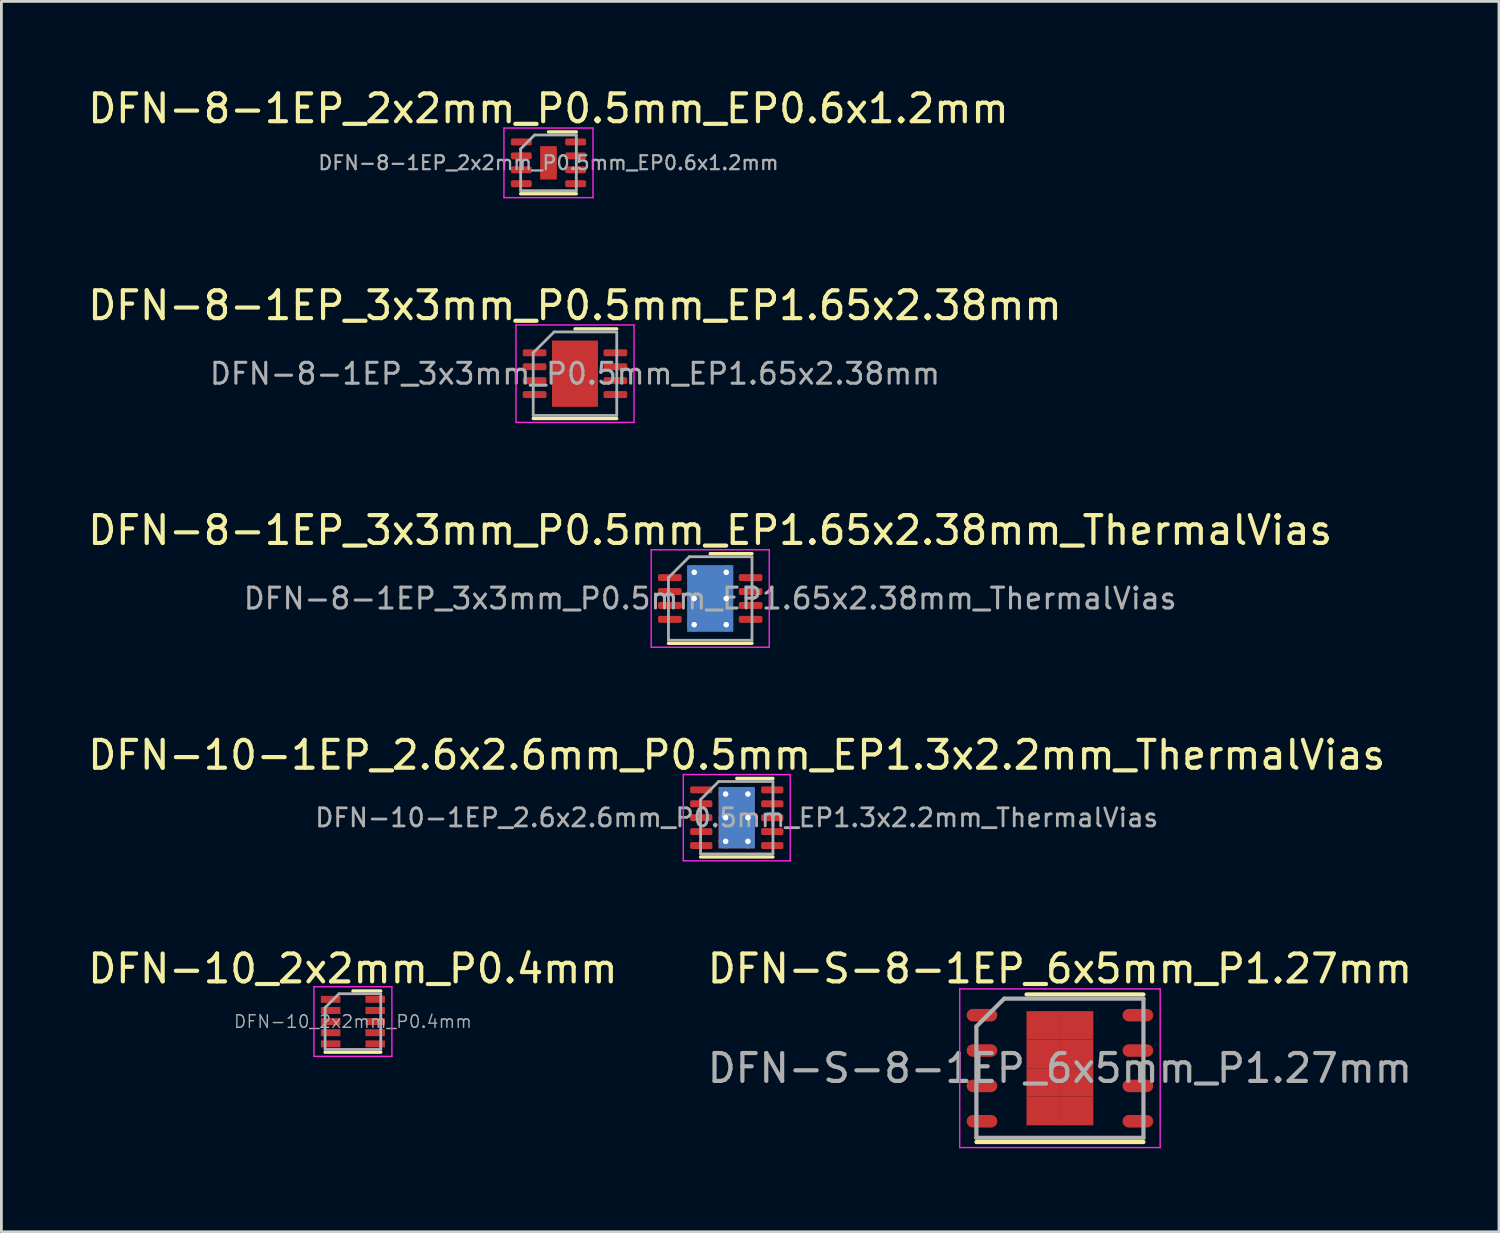
<source format=kicad_pcb>
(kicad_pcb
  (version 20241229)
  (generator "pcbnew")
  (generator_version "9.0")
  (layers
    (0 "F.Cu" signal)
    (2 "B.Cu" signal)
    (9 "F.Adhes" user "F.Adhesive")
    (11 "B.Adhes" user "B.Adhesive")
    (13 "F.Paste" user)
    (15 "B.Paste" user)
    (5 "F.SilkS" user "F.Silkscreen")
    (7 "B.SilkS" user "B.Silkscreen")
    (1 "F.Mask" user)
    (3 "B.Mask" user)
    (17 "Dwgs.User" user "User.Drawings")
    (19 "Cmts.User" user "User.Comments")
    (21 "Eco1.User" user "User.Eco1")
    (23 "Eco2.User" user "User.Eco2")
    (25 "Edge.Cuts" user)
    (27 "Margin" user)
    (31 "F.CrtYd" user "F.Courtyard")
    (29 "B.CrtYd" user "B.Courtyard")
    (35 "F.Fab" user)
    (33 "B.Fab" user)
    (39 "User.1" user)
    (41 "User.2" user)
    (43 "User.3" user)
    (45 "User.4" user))
  (footprint "DFN-S-8-1EP_6x5mm_P1.27mm"
    (layer "F.Cu")
    (at 35.018 35.316)
    (property "Reference" "DFN-S-8-1EP_6x5mm_P1.27mm" (at 0 -3.575 0) (layer "F.SilkS") (effects (font (size 1 1) (thickness 0.15))))
    (attr smd)
    (fp_line (start -3 2.65) (end 3 2.65) (stroke (width 0.15) (type solid)) (layer "F.SilkS"))
    (fp_line (start -1.2 -2.65) (end 3 -2.65) (stroke (width 0.15) (type solid)) (layer "F.SilkS"))
    (fp_line (start -3.6 -2.85) (end -3.6 2.85) (stroke (width 0.05) (type solid)) (layer "F.CrtYd"))
    (fp_line (start -3.6 -2.85) (end 3.6 -2.85) (stroke (width 0.05) (type solid)) (layer "F.CrtYd"))
    (fp_line (start -3.6 2.85) (end 3.6 2.85) (stroke (width 0.05) (type solid)) (layer "F.CrtYd"))
    (fp_line (start 3.6 -2.85) (end 3.6 2.85) (stroke (width 0.05) (type solid)) (layer "F.CrtYd"))
    (fp_line (start -3 -1.5) (end -2 -2.5) (stroke (width 0.15) (type solid)) (layer "F.Fab"))
    (fp_line (start -3 2.5) (end -3 -1.5) (stroke (width 0.15) (type solid)) (layer "F.Fab"))
    (fp_line (start -2 -2.5) (end 3 -2.5) (stroke (width 0.15) (type solid)) (layer "F.Fab"))
    (fp_line (start 3 -2.5) (end 3 2.5) (stroke (width 0.15) (type solid)) (layer "F.Fab"))
    (fp_line (start 3 2.5) (end -3 2.5) (stroke (width 0.15) (type solid)) (layer "F.Fab"))
    (fp_text user "${REFERENCE}" (at 0 0 0) (layer "F.Fab") (effects (font (size 1 1) (thickness 0.15))))
    (pad "1" smd oval (at -2.8 -1.905) (size 1.1 0.45) (layers "F.Cu" "F.Mask" "F.Paste"))
    (pad "2" smd oval (at -2.8 -0.635) (size 1.1 0.45) (layers "F.Cu" "F.Mask" "F.Paste"))
    (pad "3" smd oval (at -2.8 0.635) (size 1.1 0.45) (layers "F.Cu" "F.Mask" "F.Paste"))
    (pad "4" smd oval (at -2.8 1.905) (size 1.1 0.45) (layers "F.Cu" "F.Mask" "F.Paste"))
    (pad "5" smd oval (at 2.8 1.905) (size 1.1 0.45) (layers "F.Cu" "F.Mask" "F.Paste"))
    (pad "6" smd oval (at 2.8 0.635) (size 1.1 0.45) (layers "F.Cu" "F.Mask" "F.Paste"))
    (pad "7" smd oval (at 2.8 -0.635) (size 1.1 0.45) (layers "F.Cu" "F.Mask" "F.Paste"))
    (pad "8" smd oval (at 2.8 -1.905) (size 1.1 0.45) (layers "F.Cu" "F.Mask" "F.Paste"))
    (pad "9" smd rect (at -0.6 -1.538) (size 1.2 1.025) (layers "F.Cu" "F.Mask" "F.Paste"))
    (pad "9" smd rect (at -0.6 -0.512) (size 1.2 1.025) (layers "F.Cu" "F.Mask" "F.Paste"))
    (pad "9" smd rect (at -0.6 0.512) (size 1.2 1.025) (layers "F.Cu" "F.Mask" "F.Paste"))
    (pad "9" smd rect (at -0.6 1.538) (size 1.2 1.025) (layers "F.Cu" "F.Mask" "F.Paste"))
    (pad "9" smd rect (at 0.6 -1.538) (size 1.2 1.025) (layers "F.Cu" "F.Mask" "F.Paste"))
    (pad "9" smd rect (at 0.6 -0.512) (size 1.2 1.025) (layers "F.Cu" "F.Mask" "F.Paste"))
    (pad "9" smd rect (at 0.6 0.512) (size 1.2 1.025) (layers "F.Cu" "F.Mask" "F.Paste"))
    (pad "9" smd rect (at 0.6 1.538) (size 1.2 1.025) (layers "F.Cu" "F.Mask" "F.Paste")))
  (footprint "DFN-10_2x2mm_P0.4mm"
    (layer "F.Cu")
    (at 9.625 33.641)
    (property "Reference" "DFN-10_2x2mm_P0.4mm" (at 0 -1.9 0) (layer "F.SilkS") (effects (font (size 1 1) (thickness 0.15))))
    (attr smd)
    (fp_line (start 1 -1.1) (end 0 -1.1) (stroke (width 0.12) (type solid)) (layer "F.SilkS"))
    (fp_line (start 1 1.1) (end -1 1.1) (stroke (width 0.12) (type solid)) (layer "F.SilkS"))
    (fp_line (start -1.4 1.25) (end -1.4 -1.25) (stroke (width 0.05) (type solid)) (layer "F.CrtYd"))
    (fp_line (start -1.4 1.25) (end 1.4 1.25) (stroke (width 0.05) (type solid)) (layer "F.CrtYd"))
    (fp_line (start 1.4 -1.25) (end -1.4 -1.25) (stroke (width 0.05) (type solid)) (layer "F.CrtYd"))
    (fp_line (start 1.4 -1.25) (end 1.4 1.25) (stroke (width 0.05) (type solid)) (layer "F.CrtYd"))
    (fp_line (start -1 -0.5) (end -1 1) (stroke (width 0.1) (type solid)) (layer "F.Fab"))
    (fp_line (start -0.5 -1) (end -1 -0.5) (stroke (width 0.1) (type solid)) (layer "F.Fab"))
    (fp_line (start 1 -1) (end -0.5 -1) (stroke (width 0.1) (type solid)) (layer "F.Fab"))
    (fp_line (start 1 1) (end -1 1) (stroke (width 0.1) (type solid)) (layer "F.Fab"))
    (fp_line (start 1 1) (end 1 -1) (stroke (width 0.1) (type solid)) (layer "F.Fab"))
    (fp_text user "${REFERENCE}" (at 0 0 0) (layer "F.Fab") (effects (font (size 0.45 0.45) (thickness 0.05))))
    (pad "1" smd rect (at -0.8 -0.8) (size 0.7 0.25) (layers "F.Cu" "F.Mask" "F.Paste"))
    (pad "2" smd rect (at -0.8 -0.4) (size 0.7 0.25) (layers "F.Cu" "F.Mask" "F.Paste"))
    (pad "3" smd rect (at -0.8 0) (size 0.7 0.25) (layers "F.Cu" "F.Mask" "F.Paste"))
    (pad "4" smd rect (at -0.8 0.4) (size 0.7 0.25) (layers "F.Cu" "F.Mask" "F.Paste"))
    (pad "5" smd rect (at -0.8 0.8) (size 0.7 0.25) (layers "F.Cu" "F.Mask" "F.Paste"))
    (pad "6" smd rect (at 0.8 0.8) (size 0.7 0.25) (layers "F.Cu" "F.Mask" "F.Paste"))
    (pad "7" smd rect (at 0.8 0.4) (size 0.7 0.25) (layers "F.Cu" "F.Mask" "F.Paste"))
    (pad "8" smd rect (at 0.8 0) (size 0.7 0.25) (layers "F.Cu" "F.Mask" "F.Paste"))
    (pad "9" smd rect (at 0.8 -0.4) (size 0.7 0.25) (layers "F.Cu" "F.Mask" "F.Paste"))
    (pad "10" smd rect (at 0.8 -0.8) (size 0.7 0.25) (layers "F.Cu" "F.Mask" "F.Paste")))
  (footprint "DFN-10-1EP_2.6x2.6mm_P0.5mm_EP1.3x2.2mm_ThermalVias"
    (layer "F.Cu")
    (at 23.411 26.318)
    (property "Reference" "DFN-10-1EP_2.6x2.6mm_P0.5mm_EP1.3x2.2mm_ThermalVias" (at 0 -2.25 0) (layer "F.SilkS") (effects (font (size 1 1) (thickness 0.15))))
    (attr smd)
    (fp_line (start -1.3 1.41) (end 1.3 1.41) (stroke (width 0.12) (type solid)) (layer "F.SilkS"))
    (fp_line (start 0 -1.41) (end 1.3 -1.41) (stroke (width 0.12) (type solid)) (layer "F.SilkS"))
    (fp_line (start -1.92 -1.55) (end -1.92 1.55) (stroke (width 0.05) (type solid)) (layer "F.CrtYd"))
    (fp_line (start -1.92 1.55) (end 1.92 1.55) (stroke (width 0.05) (type solid)) (layer "F.CrtYd"))
    (fp_line (start 1.92 -1.55) (end -1.92 -1.55) (stroke (width 0.05) (type solid)) (layer "F.CrtYd"))
    (fp_line (start 1.92 1.55) (end 1.92 -1.55) (stroke (width 0.05) (type solid)) (layer "F.CrtYd"))
    (fp_line (start -1.3 -0.65) (end -0.65 -1.3) (stroke (width 0.1) (type solid)) (layer "F.Fab"))
    (fp_line (start -1.3 1.3) (end -1.3 -0.65) (stroke (width 0.1) (type solid)) (layer "F.Fab"))
    (fp_line (start -0.65 -1.3) (end 1.3 -1.3) (stroke (width 0.1) (type solid)) (layer "F.Fab"))
    (fp_line (start 1.3 -1.3) (end 1.3 1.3) (stroke (width 0.1) (type solid)) (layer "F.Fab"))
    (fp_line (start 1.3 1.3) (end -1.3 1.3) (stroke (width 0.1) (type solid)) (layer "F.Fab"))
    (fp_text user "${REFERENCE}" (at 0 0 0) (layer "F.Fab") (effects (font (size 0.65 0.65) (thickness 0.1))))
    (pad "" smd roundrect (at -0.325 -0.55) (size 0.52 0.89) (layers "F.Paste") (roundrect_rratio 0.25))
    (pad "" smd roundrect (at -0.325 0.55) (size 0.52 0.89) (layers "F.Paste") (roundrect_rratio 0.25))
    (pad "" smd roundrect (at 0.325 -0.55) (size 0.52 0.89) (layers "F.Paste") (roundrect_rratio 0.25))
    (pad "" smd roundrect (at 0.325 0.55) (size 0.52 0.89) (layers "F.Paste") (roundrect_rratio 0.25))
    (pad "1" smd roundrect (at -1.275 -1) (size 0.8 0.25) (layers "F.Cu" "F.Mask" "F.Paste") (roundrect_rratio 0.25))
    (pad "2" smd roundrect (at -1.275 -0.5) (size 0.8 0.25) (layers "F.Cu" "F.Mask" "F.Paste") (roundrect_rratio 0.25))
    (pad "3" smd roundrect (at -1.275 0) (size 0.8 0.25) (layers "F.Cu" "F.Mask" "F.Paste") (roundrect_rratio 0.25))
    (pad "4" smd roundrect (at -1.275 0.5) (size 0.8 0.25) (layers "F.Cu" "F.Mask" "F.Paste") (roundrect_rratio 0.25))
    (pad "5" smd roundrect (at -1.275 1) (size 0.8 0.25) (layers "F.Cu" "F.Mask" "F.Paste") (roundrect_rratio 0.25))
    (pad "6" smd roundrect (at 1.275 1) (size 0.8 0.25) (layers "F.Cu" "F.Mask" "F.Paste") (roundrect_rratio 0.25))
    (pad "7" smd roundrect (at 1.275 0.5) (size 0.8 0.25) (layers "F.Cu" "F.Mask" "F.Paste") (roundrect_rratio 0.25))
    (pad "8" smd roundrect (at 1.275 0) (size 0.8 0.25) (layers "F.Cu" "F.Mask" "F.Paste") (roundrect_rratio 0.25))
    (pad "9" smd roundrect (at 1.275 -0.5) (size 0.8 0.25) (layers "F.Cu" "F.Mask" "F.Paste") (roundrect_rratio 0.25))
    (pad "10" smd roundrect (at 1.275 -1) (size 0.8 0.25) (layers "F.Cu" "F.Mask" "F.Paste") (roundrect_rratio 0.25))
    (pad "11" thru_hole circle (at -0.4 -0.85) (size 0.5 0.5) (drill 0.2) (layers "*.Cu"))
    (pad "11" thru_hole circle (at -0.4 0) (size 0.5 0.5) (drill 0.2) (layers "*.Cu"))
    (pad "11" thru_hole circle (at -0.4 0.85) (size 0.5 0.5) (drill 0.2) (layers "*.Cu"))
    (pad "11" smd rect (at 0 0) (size 1.3 2.2) (layers "F.Cu" "F.Mask"))
    (pad "11" smd rect (at 0 0) (size 1.3 2.2) (layers "B.Cu"))
    (pad "11" thru_hole circle (at 0.4 -0.85) (size 0.5 0.5) (drill 0.2) (layers "*.Cu"))
    (pad "11" thru_hole circle (at 0.4 0) (size 0.5 0.5) (drill 0.2) (layers "*.Cu"))
    (pad "11" thru_hole circle (at 0.4 0.85) (size 0.5 0.5) (drill 0.2) (layers "*.Cu")))
  (footprint "DFN-8-1EP_2x2mm_P0.5mm_EP0.6x1.2mm"
    (layer "F.Cu")
    (at 16.649 2.798)
    (property "Reference" "DFN-8-1EP_2x2mm_P0.5mm_EP0.6x1.2mm" (at 0 -1.95 0) (layer "F.SilkS") (effects (font (size 1 1) (thickness 0.15))))
    (attr smd)
    (fp_line (start -1 1.11) (end 1 1.11) (stroke (width 0.12) (type solid)) (layer "F.SilkS"))
    (fp_line (start 0 -1.11) (end 1 -1.11) (stroke (width 0.12) (type solid)) (layer "F.SilkS"))
    (fp_line (start -1.6 -1.25) (end -1.6 1.25) (stroke (width 0.05) (type solid)) (layer "F.CrtYd"))
    (fp_line (start -1.6 1.25) (end 1.6 1.25) (stroke (width 0.05) (type solid)) (layer "F.CrtYd"))
    (fp_line (start 1.6 -1.25) (end -1.6 -1.25) (stroke (width 0.05) (type solid)) (layer "F.CrtYd"))
    (fp_line (start 1.6 1.25) (end 1.6 -1.25) (stroke (width 0.05) (type solid)) (layer "F.CrtYd"))
    (fp_line (start -1 -0.5) (end -0.5 -1) (stroke (width 0.1) (type solid)) (layer "F.Fab"))
    (fp_line (start -1 1) (end -1 -0.5) (stroke (width 0.1) (type solid)) (layer "F.Fab"))
    (fp_line (start -0.5 -1) (end 1 -1) (stroke (width 0.1) (type solid)) (layer "F.Fab"))
    (fp_line (start 1 -1) (end 1 1) (stroke (width 0.1) (type solid)) (layer "F.Fab"))
    (fp_line (start 1 1) (end -1 1) (stroke (width 0.1) (type solid)) (layer "F.Fab"))
    (fp_text user "${REFERENCE}" (at 0 0 0) (layer "F.Fab") (effects (font (size 0.5 0.5) (thickness 0.08))))
    (pad "" smd roundrect (at 0 -0.3) (size 0.48 0.48) (layers "F.Paste") (roundrect_rratio 0.25))
    (pad "" smd roundrect (at 0 0.3) (size 0.48 0.48) (layers "F.Paste") (roundrect_rratio 0.25))
    (pad "1" smd roundrect (at -0.975 -0.75) (size 0.75 0.25) (layers "F.Cu" "F.Mask" "F.Paste") (roundrect_rratio 0.25))
    (pad "2" smd roundrect (at -0.975 -0.25) (size 0.75 0.25) (layers "F.Cu" "F.Mask" "F.Paste") (roundrect_rratio 0.25))
    (pad "3" smd roundrect (at -0.975 0.25) (size 0.75 0.25) (layers "F.Cu" "F.Mask" "F.Paste") (roundrect_rratio 0.25))
    (pad "4" smd roundrect (at -0.975 0.75) (size 0.75 0.25) (layers "F.Cu" "F.Mask" "F.Paste") (roundrect_rratio 0.25))
    (pad "5" smd roundrect (at 0.975 0.75) (size 0.75 0.25) (layers "F.Cu" "F.Mask" "F.Paste") (roundrect_rratio 0.25))
    (pad "6" smd roundrect (at 0.975 0.25) (size 0.75 0.25) (layers "F.Cu" "F.Mask" "F.Paste") (roundrect_rratio 0.25))
    (pad "7" smd roundrect (at 0.975 -0.25) (size 0.75 0.25) (layers "F.Cu" "F.Mask" "F.Paste") (roundrect_rratio 0.25))
    (pad "8" smd roundrect (at 0.975 -0.75) (size 0.75 0.25) (layers "F.Cu" "F.Mask" "F.Paste") (roundrect_rratio 0.25))
    (pad "9" smd rect (at 0 0) (size 0.6 1.2) (layers "F.Cu" "F.Mask")))
  (footprint "DFN-8-1EP_3x3mm_P0.5mm_EP1.65x2.38mm"
    (layer "F.Cu")
    (at 17.601 10.371)
    (property "Reference" "DFN-8-1EP_3x3mm_P0.5mm_EP1.65x2.38mm" (at 0 -2.45 0) (layer "F.SilkS") (effects (font (size 1 1) (thickness 0.15))))
    (attr smd)
    (fp_line (start -1.5 1.61) (end 1.5 1.61) (stroke (width 0.12) (type solid)) (layer "F.SilkS"))
    (fp_line (start 0 -1.61) (end 1.5 -1.61) (stroke (width 0.12) (type solid)) (layer "F.SilkS"))
    (fp_line (start -2.12 -1.75) (end -2.12 1.75) (stroke (width 0.05) (type solid)) (layer "F.CrtYd"))
    (fp_line (start -2.12 1.75) (end 2.12 1.75) (stroke (width 0.05) (type solid)) (layer "F.CrtYd"))
    (fp_line (start 2.12 -1.75) (end -2.12 -1.75) (stroke (width 0.05) (type solid)) (layer "F.CrtYd"))
    (fp_line (start 2.12 1.75) (end 2.12 -1.75) (stroke (width 0.05) (type solid)) (layer "F.CrtYd"))
    (fp_line (start -1.5 -0.75) (end -0.75 -1.5) (stroke (width 0.1) (type solid)) (layer "F.Fab"))
    (fp_line (start -1.5 1.5) (end -1.5 -0.75) (stroke (width 0.1) (type solid)) (layer "F.Fab"))
    (fp_line (start -0.75 -1.5) (end 1.5 -1.5) (stroke (width 0.1) (type solid)) (layer "F.Fab"))
    (fp_line (start 1.5 -1.5) (end 1.5 1.5) (stroke (width 0.1) (type solid)) (layer "F.Fab"))
    (fp_line (start 1.5 1.5) (end -1.5 1.5) (stroke (width 0.1) (type solid)) (layer "F.Fab"))
    (fp_text user "${REFERENCE}" (at 0 0 0) (layer "F.Fab") (effects (font (size 0.75 0.75) (thickness 0.11))))
    (pad "" smd roundrect (at 0 0) (size 1.33 1.92) (layers "F.Paste") (roundrect_rratio 0.188))
    (pad "1" smd roundrect (at -1.45 -0.75) (size 0.85 0.25) (layers "F.Cu" "F.Mask" "F.Paste") (roundrect_rratio 0.25))
    (pad "2" smd roundrect (at -1.45 -0.25) (size 0.85 0.25) (layers "F.Cu" "F.Mask" "F.Paste") (roundrect_rratio 0.25))
    (pad "3" smd roundrect (at -1.45 0.25) (size 0.85 0.25) (layers "F.Cu" "F.Mask" "F.Paste") (roundrect_rratio 0.25))
    (pad "4" smd roundrect (at -1.45 0.75) (size 0.85 0.25) (layers "F.Cu" "F.Mask" "F.Paste") (roundrect_rratio 0.25))
    (pad "5" smd roundrect (at 1.45 0.75) (size 0.85 0.25) (layers "F.Cu" "F.Mask" "F.Paste") (roundrect_rratio 0.25))
    (pad "6" smd roundrect (at 1.45 0.25) (size 0.85 0.25) (layers "F.Cu" "F.Mask" "F.Paste") (roundrect_rratio 0.25))
    (pad "7" smd roundrect (at 1.45 -0.25) (size 0.85 0.25) (layers "F.Cu" "F.Mask" "F.Paste") (roundrect_rratio 0.25))
    (pad "8" smd roundrect (at 1.45 -0.75) (size 0.85 0.25) (layers "F.Cu" "F.Mask" "F.Paste") (roundrect_rratio 0.25))
    (pad "9" smd rect (at 0 0) (size 1.65 2.38) (layers "F.Cu" "F.Mask")))
  (footprint "DFN-8-1EP_3x3mm_P0.5mm_EP1.65x2.38mm_ThermalVias"
    (layer "F.Cu")
    (at 22.458 18.445)
    (property "Reference" "DFN-8-1EP_3x3mm_P0.5mm_EP1.65x2.38mm_ThermalVias" (at 0 -2.45 0) (layer "F.SilkS") (effects (font (size 1 1) (thickness 0.15))))
    (attr smd)
    (fp_line (start -1.5 1.61) (end 1.5 1.61) (stroke (width 0.12) (type solid)) (layer "F.SilkS"))
    (fp_line (start 0 -1.61) (end 1.5 -1.61) (stroke (width 0.12) (type solid)) (layer "F.SilkS"))
    (fp_line (start -2.12 -1.75) (end -2.12 1.75) (stroke (width 0.05) (type solid)) (layer "F.CrtYd"))
    (fp_line (start -2.12 1.75) (end 2.12 1.75) (stroke (width 0.05) (type solid)) (layer "F.CrtYd"))
    (fp_line (start 2.12 -1.75) (end -2.12 -1.75) (stroke (width 0.05) (type solid)) (layer "F.CrtYd"))
    (fp_line (start 2.12 1.75) (end 2.12 -1.75) (stroke (width 0.05) (type solid)) (layer "F.CrtYd"))
    (fp_line (start -1.5 -0.75) (end -0.75 -1.5) (stroke (width 0.1) (type solid)) (layer "F.Fab"))
    (fp_line (start -1.5 1.5) (end -1.5 -0.75) (stroke (width 0.1) (type solid)) (layer "F.Fab"))
    (fp_line (start -0.75 -1.5) (end 1.5 -1.5) (stroke (width 0.1) (type solid)) (layer "F.Fab"))
    (fp_line (start 1.5 -1.5) (end 1.5 1.5) (stroke (width 0.1) (type solid)) (layer "F.Fab"))
    (fp_line (start 1.5 1.5) (end -1.5 1.5) (stroke (width 0.1) (type solid)) (layer "F.Fab"))
    (fp_text user "${REFERENCE}" (at 0 0 0) (layer "F.Fab") (effects (font (size 0.75 0.75) (thickness 0.11))))
    (pad "" smd roundrect (at -0.41 -0.595) (size 0.67 0.96) (layers "F.Paste") (roundrect_rratio 0.25))
    (pad "" smd roundrect (at -0.41 0.595) (size 0.67 0.96) (layers "F.Paste") (roundrect_rratio 0.25))
    (pad "" smd roundrect (at 0.41 -0.595) (size 0.67 0.96) (layers "F.Paste") (roundrect_rratio 0.25))
    (pad "" smd roundrect (at 0.41 0.595) (size 0.67 0.96) (layers "F.Paste") (roundrect_rratio 0.25))
    (pad "1" smd roundrect (at -1.45 -0.75) (size 0.85 0.25) (layers "F.Cu" "F.Mask" "F.Paste") (roundrect_rratio 0.25))
    (pad "2" smd roundrect (at -1.45 -0.25) (size 0.85 0.25) (layers "F.Cu" "F.Mask" "F.Paste") (roundrect_rratio 0.25))
    (pad "3" smd roundrect (at -1.45 0.25) (size 0.85 0.25) (layers "F.Cu" "F.Mask" "F.Paste") (roundrect_rratio 0.25))
    (pad "4" smd roundrect (at -1.45 0.75) (size 0.85 0.25) (layers "F.Cu" "F.Mask" "F.Paste") (roundrect_rratio 0.25))
    (pad "5" smd roundrect (at 1.45 0.75) (size 0.85 0.25) (layers "F.Cu" "F.Mask" "F.Paste") (roundrect_rratio 0.25))
    (pad "6" smd roundrect (at 1.45 0.25) (size 0.85 0.25) (layers "F.Cu" "F.Mask" "F.Paste") (roundrect_rratio 0.25))
    (pad "7" smd roundrect (at 1.45 -0.25) (size 0.85 0.25) (layers "F.Cu" "F.Mask" "F.Paste") (roundrect_rratio 0.25))
    (pad "8" smd roundrect (at 1.45 -0.75) (size 0.85 0.25) (layers "F.Cu" "F.Mask" "F.Paste") (roundrect_rratio 0.25))
    (pad "9" thru_hole circle (at -0.575 -0.94) (size 0.5 0.5) (drill 0.2) (layers "*.Cu"))
    (pad "9" thru_hole circle (at -0.575 0) (size 0.5 0.5) (drill 0.2) (layers "*.Cu"))
    (pad "9" thru_hole circle (at -0.575 0.94) (size 0.5 0.5) (drill 0.2) (layers "*.Cu"))
    (pad "9" smd rect (at 0 0) (size 1.65 2.38) (layers "F.Cu" "F.Mask"))
    (pad "9" smd rect (at 0 0) (size 1.65 2.38) (layers "B.Cu"))
    (pad "9" thru_hole circle (at 0.575 -0.94) (size 0.5 0.5) (drill 0.2) (layers "*.Cu"))
    (pad "9" thru_hole circle (at 0.575 0) (size 0.5 0.5) (drill 0.2) (layers "*.Cu"))
    (pad "9" thru_hole circle (at 0.575 0.94) (size 0.5 0.5) (drill 0.2) (layers "*.Cu")))
  (gr_rect
    (start -3 -3)
    (end 50.786 41.191)
    (stroke (width 0.1) (type default))
    (fill no)
    (layer "Edge.Cuts")))
</source>
